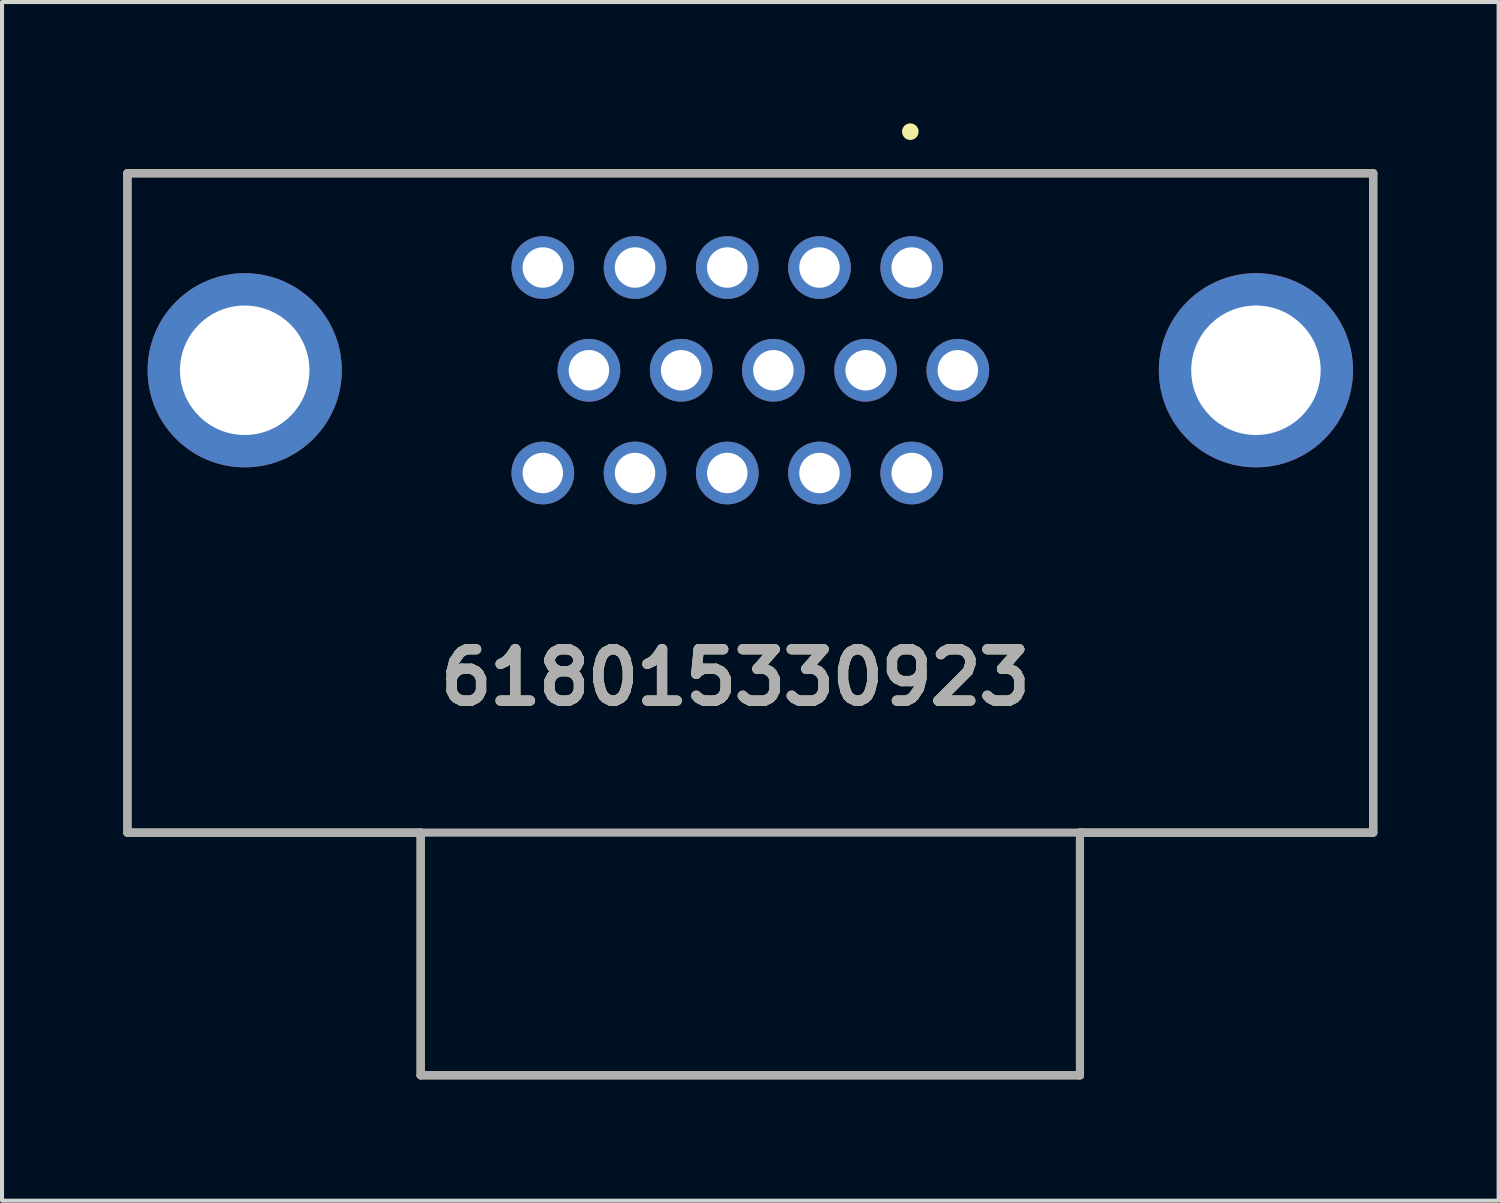
<source format=kicad_pcb>
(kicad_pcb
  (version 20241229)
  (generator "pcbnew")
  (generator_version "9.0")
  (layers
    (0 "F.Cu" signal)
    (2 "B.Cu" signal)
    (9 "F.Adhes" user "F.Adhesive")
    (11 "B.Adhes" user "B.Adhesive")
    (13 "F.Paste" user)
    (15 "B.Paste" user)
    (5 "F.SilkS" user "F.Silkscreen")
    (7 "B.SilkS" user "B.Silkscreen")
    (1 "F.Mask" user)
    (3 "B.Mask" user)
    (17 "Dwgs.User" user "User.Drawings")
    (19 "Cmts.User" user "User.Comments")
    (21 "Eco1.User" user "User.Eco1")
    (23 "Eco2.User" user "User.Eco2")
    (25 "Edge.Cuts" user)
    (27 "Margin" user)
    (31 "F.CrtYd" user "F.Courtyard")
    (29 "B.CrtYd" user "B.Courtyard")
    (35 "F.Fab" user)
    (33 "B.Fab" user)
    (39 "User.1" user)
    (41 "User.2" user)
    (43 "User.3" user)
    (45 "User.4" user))
  (footprint "618015330923"
    (layer "F.Cu")
    (at 15.5 17.534)
    (property "Reference" "618015330923" (at -0.368 -3.837 0) (layer "F.SilkS") (effects (font (size 1.27 1.27) (thickness 0.254))))
    (attr through_hole)
    (fp_line (start -15.4 -16.3) (end -15.4 0) (stroke (width 0.2) (type solid)) (layer "F.SilkS"))
    (fp_line (start -15.4 0) (end -8.15 0) (stroke (width 0.2) (type solid)) (layer "F.SilkS"))
    (fp_line (start -8.15 0) (end -8.15 6) (stroke (width 0.2) (type solid)) (layer "F.SilkS"))
    (fp_line (start -8.15 6) (end 8.15 6) (stroke (width 0.2) (type solid)) (layer "F.SilkS"))
    (fp_line (start 8.15 0) (end 15.4 0) (stroke (width 0.2) (type solid)) (layer "F.SilkS"))
    (fp_line (start 8.15 6) (end 8.15 0) (stroke (width 0.2) (type solid)) (layer "F.SilkS"))
    (fp_line (start 15.4 -16.3) (end -15.4 -16.3) (stroke (width 0.2) (type solid)) (layer "F.SilkS"))
    (fp_line (start 15.4 0) (end 15.4 -16.3) (stroke (width 0.2) (type solid)) (layer "F.SilkS"))
    (fp_circle (center 3.955 -17.329) (end 3.955 -17.224) (stroke (width 0.2) (type solid)) (fill no) (layer "F.SilkS"))
    (fp_line (start -15.4 -16.3) (end 15.4 -16.3) (stroke (width 0.2) (type solid)) (layer "F.Fab"))
    (fp_line (start -15.4 0) (end -15.4 -16.3) (stroke (width 0.2) (type solid)) (layer "F.Fab"))
    (fp_line (start -8.15 0) (end -8.15 6) (stroke (width 0.2) (type solid)) (layer "F.Fab"))
    (fp_line (start -8.15 6) (end 8.15 6) (stroke (width 0.2) (type solid)) (layer "F.Fab"))
    (fp_line (start 8.15 6) (end 8.15 0) (stroke (width 0.2) (type solid)) (layer "F.Fab"))
    (fp_line (start 15.4 -16.3) (end 15.4 0) (stroke (width 0.2) (type solid)) (layer "F.Fab"))
    (fp_line (start 15.4 0) (end -15.4 0) (stroke (width 0.2) (type solid)) (layer "F.Fab"))
    (fp_text user "${REFERENCE}" (at -0.368 -3.837 0) (layer "F.Fab") (effects (font (size 1.27 1.27) (thickness 0.254))))
    (pad "1" thru_hole circle (at 3.99 -13.97) (size 1.55 1.55) (drill 1) (layers "*.Cu" "*.Mask"))
    (pad "2" thru_hole circle (at 1.71 -13.97) (size 1.55 1.55) (drill 1) (layers "*.Cu" "*.Mask"))
    (pad "3" thru_hole circle (at -0.57 -13.97) (size 1.55 1.55) (drill 1) (layers "*.Cu" "*.Mask"))
    (pad "4" thru_hole circle (at -2.85 -13.97) (size 1.55 1.55) (drill 1) (layers "*.Cu" "*.Mask"))
    (pad "5" thru_hole circle (at -5.13 -13.97) (size 1.55 1.55) (drill 1) (layers "*.Cu" "*.Mask"))
    (pad "6" thru_hole circle (at 5.13 -11.43) (size 1.55 1.55) (drill 1) (layers "*.Cu" "*.Mask"))
    (pad "7" thru_hole circle (at 2.85 -11.43) (size 1.55 1.55) (drill 1) (layers "*.Cu" "*.Mask"))
    (pad "8" thru_hole circle (at 0.57 -11.43) (size 1.55 1.55) (drill 1) (layers "*.Cu" "*.Mask"))
    (pad "9" thru_hole circle (at -1.71 -11.43) (size 1.55 1.55) (drill 1) (layers "*.Cu" "*.Mask"))
    (pad "10" thru_hole circle (at -3.99 -11.43) (size 1.55 1.55) (drill 1) (layers "*.Cu" "*.Mask"))
    (pad "11" thru_hole circle (at 3.99 -8.89) (size 1.55 1.55) (drill 1) (layers "*.Cu" "*.Mask"))
    (pad "12" thru_hole circle (at 1.71 -8.89) (size 1.55 1.55) (drill 1) (layers "*.Cu" "*.Mask"))
    (pad "13" thru_hole circle (at -0.57 -8.89) (size 1.55 1.55) (drill 1) (layers "*.Cu" "*.Mask"))
    (pad "14" thru_hole circle (at -2.85 -8.89) (size 1.55 1.55) (drill 1) (layers "*.Cu" "*.Mask"))
    (pad "15" thru_hole circle (at -5.13 -8.89) (size 1.55 1.55) (drill 1) (layers "*.Cu" "*.Mask"))
    (pad "16" thru_hole circle (at -12.5 -11.43) (size 4.8 4.8) (drill 3.2) (layers "*.Cu" "*.Mask"))
    (pad "17" thru_hole circle (at 12.5 -11.43) (size 4.8 4.8) (drill 3.2) (layers "*.Cu" "*.Mask")))
  (gr_rect
    (start -3 -3)
    (end 34 26.634)
    (stroke (width 0.1) (type default))
    (fill no)
    (layer "Edge.Cuts")))
</source>
